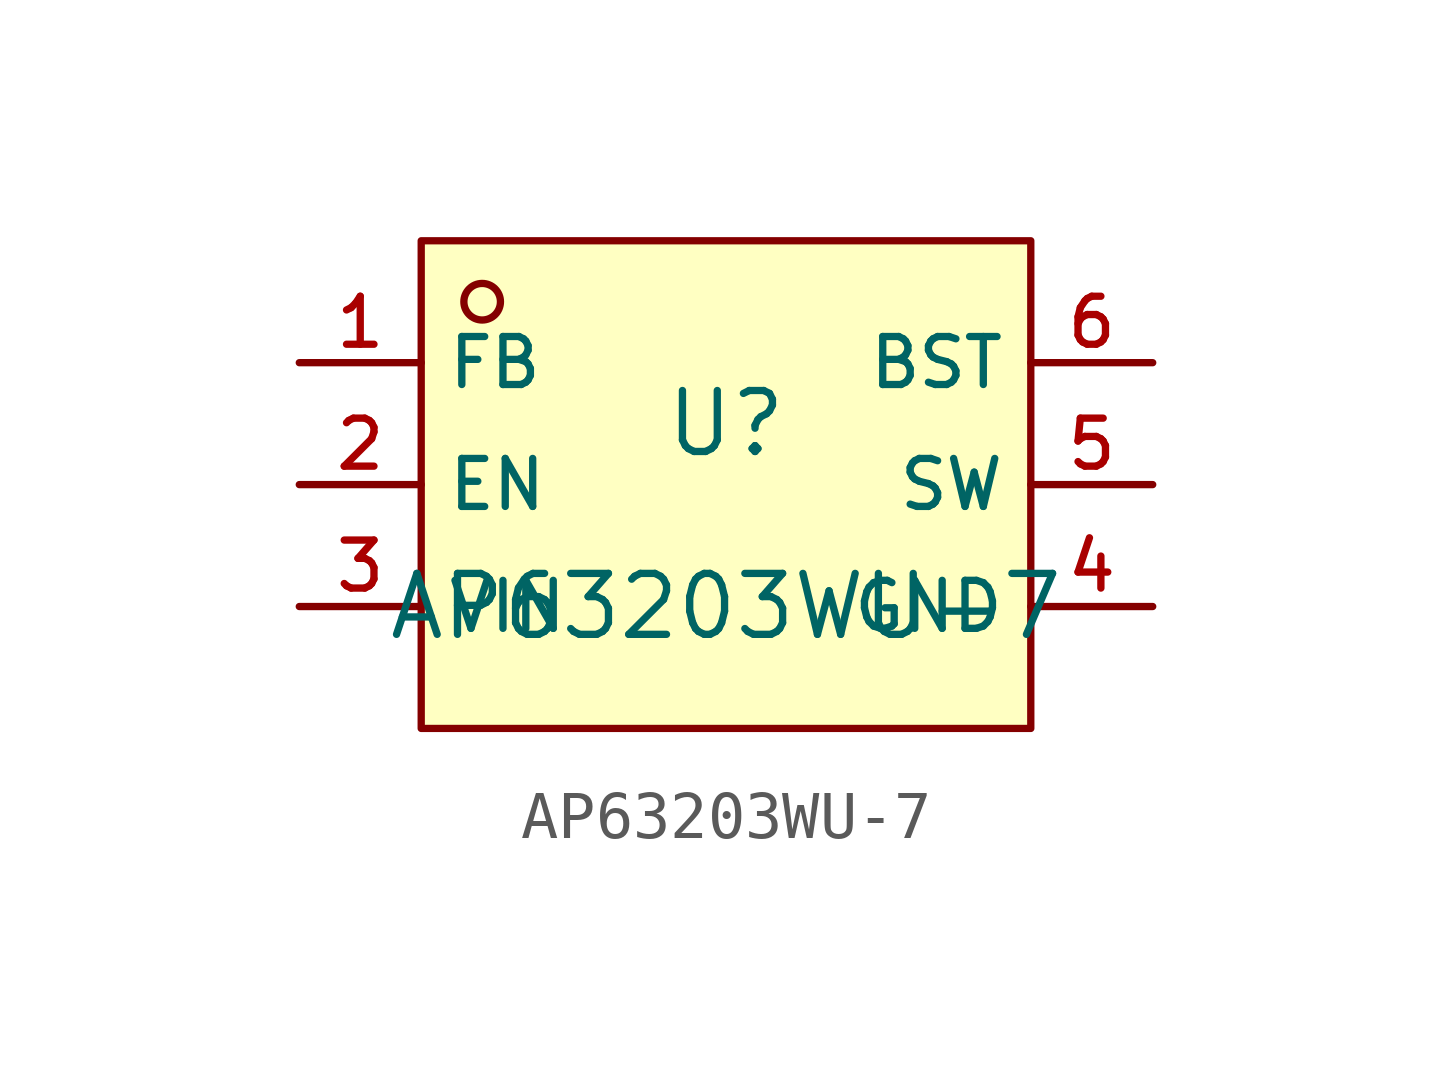
<source format=kicad_sym>
(kicad_symbol_lib
  (version 20210201)
  (generator TousstNicolas/JLC2KiCad_lib)
  (symbol "AP63203WU-7"
    (property "Reference" "U"
      (at 0 1.27 0)
      (effects (font (size 1.27 1.27))))
    (property "Value" "AP63203WU-7"
      (at 0 -2.54 0)
      (effects (font (size 1.27 1.27))))
    (symbol "AP63203WU-7_0_1"
      (rectangle (start -6.35 5.08) (end 6.35 -5.08) (stroke (width 0) (type default) (color 0 0 0 0)) (fill (type background)))
      (circle (center -5.08 3.81) (radius 0.381) (stroke (width 0) (type default) (color 0 0 0 0)) (fill (type background)))
      (pin unspecified line (at -8.89 2.54 0) (length 2.54) (name "FB" (effects (font (size 1 1)))) (number "1" (effects (font (size 1 1)))))
      (pin unspecified line (at -8.89 -0.0 0) (length 2.54) (name "EN" (effects (font (size 1 1)))) (number "2" (effects (font (size 1 1)))))
      (pin unspecified line (at -8.89 -2.54 0) (length 2.54) (name "VIN" (effects (font (size 1 1)))) (number "3" (effects (font (size 1 1)))))
      (pin unspecified line (at 8.89 -2.54 180) (length 2.54) (name "GND" (effects (font (size 1 1)))) (number "4" (effects (font (size 1 1)))))
      (pin unspecified line (at 8.89 -0.0 180) (length 2.54) (name "SW" (effects (font (size 1 1)))) (number "5" (effects (font (size 1 1)))))
      (pin unspecified line (at 8.89 2.54 180) (length 2.54) (name "BST" (effects (font (size 1 1)))) (number "6" (effects (font (size 1 1))))))))
</source>
